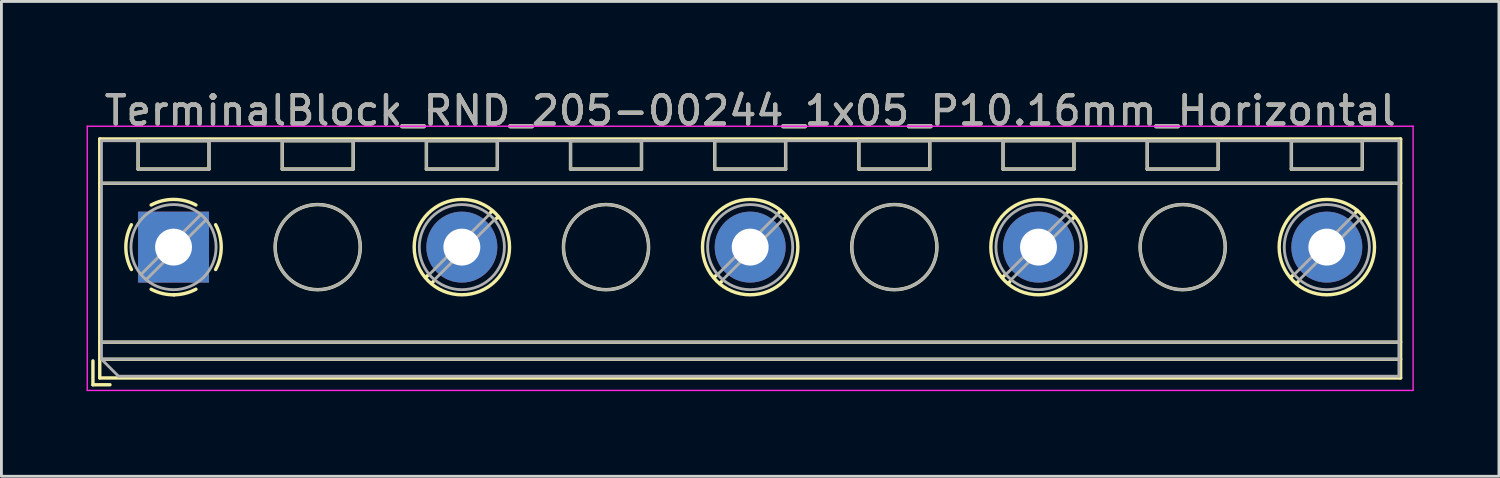
<source format=kicad_pcb>
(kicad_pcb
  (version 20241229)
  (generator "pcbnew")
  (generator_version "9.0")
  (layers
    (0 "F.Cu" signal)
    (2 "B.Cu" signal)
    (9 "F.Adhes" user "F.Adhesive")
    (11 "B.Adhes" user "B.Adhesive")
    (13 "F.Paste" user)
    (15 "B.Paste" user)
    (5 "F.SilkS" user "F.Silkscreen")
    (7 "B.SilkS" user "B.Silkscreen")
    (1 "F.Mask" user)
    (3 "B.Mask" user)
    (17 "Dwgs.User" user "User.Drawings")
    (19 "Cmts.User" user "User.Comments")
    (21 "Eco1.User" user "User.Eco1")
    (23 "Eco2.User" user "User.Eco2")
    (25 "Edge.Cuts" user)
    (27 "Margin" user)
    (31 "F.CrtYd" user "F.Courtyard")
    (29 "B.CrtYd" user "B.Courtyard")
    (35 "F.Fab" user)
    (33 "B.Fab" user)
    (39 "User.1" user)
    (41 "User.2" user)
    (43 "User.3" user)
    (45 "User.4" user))
  (footprint "TerminalBlock_RND_205-00244_1x05_P10.16mm_Horizontal"
    (layer "F.Cu")
    (at 3.065 5.658)
    (property "Reference" "TerminalBlock_RND_205-00244_1x05_P10.16mm_Horizontal" (at 20.32 -4.81 0) (layer "F.SilkS") (effects (font (size 1 1) (thickness 0.15))))
    (attr through_hole)
    (fp_line (start -2.84 4.01) (end -2.84 4.85) (stroke (width 0.12) (type solid)) (layer "F.SilkS"))
    (fp_line (start -2.84 4.85) (end -2.24 4.85) (stroke (width 0.12) (type solid)) (layer "F.SilkS"))
    (fp_line (start -2.6 -3.811) (end -2.6 4.61) (stroke (width 0.12) (type solid)) (layer "F.SilkS"))
    (fp_line (start -2.6 -3.811) (end 43.24 -3.811) (stroke (width 0.12) (type solid)) (layer "F.SilkS"))
    (fp_line (start -2.6 -2.251) (end 43.24 -2.251) (stroke (width 0.12) (type solid)) (layer "F.SilkS"))
    (fp_line (start -2.6 3.35) (end 43.24 3.35) (stroke (width 0.12) (type solid)) (layer "F.SilkS"))
    (fp_line (start -2.6 3.95) (end 43.24 3.95) (stroke (width 0.12) (type solid)) (layer "F.SilkS"))
    (fp_line (start -2.6 4.61) (end 43.24 4.61) (stroke (width 0.12) (type solid)) (layer "F.SilkS"))
    (fp_line (start -1.25 -3.751) (end -1.25 -2.751) (stroke (width 0.12) (type solid)) (layer "F.SilkS"))
    (fp_line (start -1.25 -3.751) (end 1.25 -3.751) (stroke (width 0.12) (type solid)) (layer "F.SilkS"))
    (fp_line (start -1.25 -2.751) (end 1.25 -2.751) (stroke (width 0.12) (type solid)) (layer "F.SilkS"))
    (fp_line (start 1.25 -3.751) (end 1.25 -2.751) (stroke (width 0.12) (type solid)) (layer "F.SilkS"))
    (fp_line (start 3.83 -3.751) (end 3.83 -2.751) (stroke (width 0.12) (type solid)) (layer "F.SilkS"))
    (fp_line (start 3.83 -3.751) (end 6.33 -3.751) (stroke (width 0.12) (type solid)) (layer "F.SilkS"))
    (fp_line (start 3.83 -2.751) (end 6.33 -2.751) (stroke (width 0.12) (type solid)) (layer "F.SilkS"))
    (fp_line (start 6.33 -3.751) (end 6.33 -2.751) (stroke (width 0.12) (type solid)) (layer "F.SilkS"))
    (fp_line (start 8.91 -3.751) (end 8.91 -2.751) (stroke (width 0.12) (type solid)) (layer "F.SilkS"))
    (fp_line (start 8.91 -3.751) (end 11.41 -3.751) (stroke (width 0.12) (type solid)) (layer "F.SilkS"))
    (fp_line (start 8.91 -2.751) (end 11.41 -2.751) (stroke (width 0.12) (type solid)) (layer "F.SilkS"))
    (fp_line (start 8.98 0.976) (end 8.886 1.069) (stroke (width 0.12) (type solid)) (layer "F.SilkS"))
    (fp_line (start 9.15 1.216) (end 9.091 1.274) (stroke (width 0.12) (type solid)) (layer "F.SilkS"))
    (fp_line (start 11.23 -1.275) (end 11.171 -1.216) (stroke (width 0.12) (type solid)) (layer "F.SilkS"))
    (fp_line (start 11.41 -3.751) (end 11.41 -2.751) (stroke (width 0.12) (type solid)) (layer "F.SilkS"))
    (fp_line (start 11.435 -1.069) (end 11.341 -0.976) (stroke (width 0.12) (type solid)) (layer "F.SilkS"))
    (fp_line (start 13.99 -3.751) (end 13.99 -2.751) (stroke (width 0.12) (type solid)) (layer "F.SilkS"))
    (fp_line (start 13.99 -3.751) (end 16.49 -3.751) (stroke (width 0.12) (type solid)) (layer "F.SilkS"))
    (fp_line (start 13.99 -2.751) (end 16.49 -2.751) (stroke (width 0.12) (type solid)) (layer "F.SilkS"))
    (fp_line (start 16.49 -3.751) (end 16.49 -2.751) (stroke (width 0.12) (type solid)) (layer "F.SilkS"))
    (fp_line (start 19.07 -3.751) (end 19.07 -2.751) (stroke (width 0.12) (type solid)) (layer "F.SilkS"))
    (fp_line (start 19.07 -3.751) (end 21.57 -3.751) (stroke (width 0.12) (type solid)) (layer "F.SilkS"))
    (fp_line (start 19.07 -2.751) (end 21.57 -2.751) (stroke (width 0.12) (type solid)) (layer "F.SilkS"))
    (fp_line (start 19.14 0.976) (end 19.046 1.069) (stroke (width 0.12) (type solid)) (layer "F.SilkS"))
    (fp_line (start 19.31 1.216) (end 19.251 1.274) (stroke (width 0.12) (type solid)) (layer "F.SilkS"))
    (fp_line (start 21.39 -1.275) (end 21.331 -1.216) (stroke (width 0.12) (type solid)) (layer "F.SilkS"))
    (fp_line (start 21.57 -3.751) (end 21.57 -2.751) (stroke (width 0.12) (type solid)) (layer "F.SilkS"))
    (fp_line (start 21.595 -1.069) (end 21.501 -0.976) (stroke (width 0.12) (type solid)) (layer "F.SilkS"))
    (fp_line (start 24.15 -3.751) (end 24.15 -2.751) (stroke (width 0.12) (type solid)) (layer "F.SilkS"))
    (fp_line (start 24.15 -3.751) (end 26.65 -3.751) (stroke (width 0.12) (type solid)) (layer "F.SilkS"))
    (fp_line (start 24.15 -2.751) (end 26.65 -2.751) (stroke (width 0.12) (type solid)) (layer "F.SilkS"))
    (fp_line (start 26.65 -3.751) (end 26.65 -2.751) (stroke (width 0.12) (type solid)) (layer "F.SilkS"))
    (fp_line (start 29.23 -3.751) (end 29.23 -2.751) (stroke (width 0.12) (type solid)) (layer "F.SilkS"))
    (fp_line (start 29.23 -3.751) (end 31.73 -3.751) (stroke (width 0.12) (type solid)) (layer "F.SilkS"))
    (fp_line (start 29.23 -2.751) (end 31.73 -2.751) (stroke (width 0.12) (type solid)) (layer "F.SilkS"))
    (fp_line (start 29.3 0.976) (end 29.206 1.069) (stroke (width 0.12) (type solid)) (layer "F.SilkS"))
    (fp_line (start 29.47 1.216) (end 29.411 1.274) (stroke (width 0.12) (type solid)) (layer "F.SilkS"))
    (fp_line (start 31.55 -1.275) (end 31.491 -1.216) (stroke (width 0.12) (type solid)) (layer "F.SilkS"))
    (fp_line (start 31.73 -3.751) (end 31.73 -2.751) (stroke (width 0.12) (type solid)) (layer "F.SilkS"))
    (fp_line (start 31.755 -1.069) (end 31.661 -0.976) (stroke (width 0.12) (type solid)) (layer "F.SilkS"))
    (fp_line (start 34.31 -3.751) (end 34.31 -2.751) (stroke (width 0.12) (type solid)) (layer "F.SilkS"))
    (fp_line (start 34.31 -3.751) (end 36.81 -3.751) (stroke (width 0.12) (type solid)) (layer "F.SilkS"))
    (fp_line (start 34.31 -2.751) (end 36.81 -2.751) (stroke (width 0.12) (type solid)) (layer "F.SilkS"))
    (fp_line (start 36.81 -3.751) (end 36.81 -2.751) (stroke (width 0.12) (type solid)) (layer "F.SilkS"))
    (fp_line (start 39.39 -3.751) (end 39.39 -2.751) (stroke (width 0.12) (type solid)) (layer "F.SilkS"))
    (fp_line (start 39.39 -3.751) (end 41.89 -3.751) (stroke (width 0.12) (type solid)) (layer "F.SilkS"))
    (fp_line (start 39.39 -2.751) (end 41.89 -2.751) (stroke (width 0.12) (type solid)) (layer "F.SilkS"))
    (fp_line (start 39.46 0.976) (end 39.366 1.069) (stroke (width 0.12) (type solid)) (layer "F.SilkS"))
    (fp_line (start 39.63 1.216) (end 39.571 1.274) (stroke (width 0.12) (type solid)) (layer "F.SilkS"))
    (fp_line (start 41.71 -1.275) (end 41.651 -1.216) (stroke (width 0.12) (type solid)) (layer "F.SilkS"))
    (fp_line (start 41.89 -3.751) (end 41.89 -2.751) (stroke (width 0.12) (type solid)) (layer "F.SilkS"))
    (fp_line (start 41.915 -1.069) (end 41.821 -0.976) (stroke (width 0.12) (type solid)) (layer "F.SilkS"))
    (fp_line (start 43.24 -3.811) (end 43.24 4.61) (stroke (width 0.12) (type solid)) (layer "F.SilkS"))
    (fp_arc (start -1.483953 0.789089) (mid -1.680708 0.00005) (end -1.484 -0.789) (stroke (width 0.12) (type solid)) (layer "F.SilkS"))
    (fp_arc (start -0.789089 -1.483953) (mid -0.00005 -1.680708) (end 0.789 -1.484) (stroke (width 0.12) (type solid)) (layer "F.SilkS"))
    (fp_arc (start 0.029383 1.68045) (mid -0.392304 1.634281) (end -0.789 1.484) (stroke (width 0.12) (type solid)) (layer "F.SilkS"))
    (fp_arc (start 0.788712 1.483352) (mid 0.406429 1.630097) (end 0 1.68) (stroke (width 0.12) (type solid)) (layer "F.SilkS"))
    (fp_arc (start 1.483953 -0.789089) (mid 1.680708 -0.00005) (end 1.484 0.789) (stroke (width 0.12) (type solid)) (layer "F.SilkS"))
    (fp_circle (center 5.08 0) (end 6.58 0) (stroke (width 0.12) (type solid)) (fill no) (layer "F.SilkS"))
    (fp_circle (center 10.16 0) (end 11.84 0) (stroke (width 0.12) (type solid)) (fill no) (layer "F.SilkS"))
    (fp_circle (center 15.24 0) (end 16.74 0) (stroke (width 0.12) (type solid)) (fill no) (layer "F.SilkS"))
    (fp_circle (center 20.32 0) (end 22 0) (stroke (width 0.12) (type solid)) (fill no) (layer "F.SilkS"))
    (fp_circle (center 25.4 0) (end 26.9 0) (stroke (width 0.12) (type solid)) (fill no) (layer "F.SilkS"))
    (fp_circle (center 30.48 0) (end 32.16 0) (stroke (width 0.12) (type solid)) (fill no) (layer "F.SilkS"))
    (fp_circle (center 35.56 0) (end 37.06 0) (stroke (width 0.12) (type solid)) (fill no) (layer "F.SilkS"))
    (fp_circle (center 40.64 0) (end 42.32 0) (stroke (width 0.12) (type solid)) (fill no) (layer "F.SilkS"))
    (fp_line (start -3.04 -4.26) (end -3.04 5.05) (stroke (width 0.05) (type solid)) (layer "F.CrtYd"))
    (fp_line (start -3.04 5.05) (end 43.68 5.05) (stroke (width 0.05) (type solid)) (layer "F.CrtYd"))
    (fp_line (start 43.68 -4.26) (end -3.04 -4.26) (stroke (width 0.05) (type solid)) (layer "F.CrtYd"))
    (fp_line (start 43.68 5.05) (end 43.68 -4.26) (stroke (width 0.05) (type solid)) (layer "F.CrtYd"))
    (fp_line (start -2.54 -3.75) (end 43.18 -3.75) (stroke (width 0.1) (type solid)) (layer "F.Fab"))
    (fp_line (start -2.54 -2.25) (end 43.18 -2.25) (stroke (width 0.1) (type solid)) (layer "F.Fab"))
    (fp_line (start -2.54 3.35) (end 43.18 3.35) (stroke (width 0.1) (type solid)) (layer "F.Fab"))
    (fp_line (start -2.54 3.95) (end -2.54 -3.75) (stroke (width 0.1) (type solid)) (layer "F.Fab"))
    (fp_line (start -2.54 3.95) (end 43.18 3.95) (stroke (width 0.1) (type solid)) (layer "F.Fab"))
    (fp_line (start -1.94 4.55) (end -2.54 3.95) (stroke (width 0.1) (type solid)) (layer "F.Fab"))
    (fp_line (start -1.25 -3.75) (end -1.25 -2.75) (stroke (width 0.1) (type solid)) (layer "F.Fab"))
    (fp_line (start -1.25 -2.75) (end 1.25 -2.75) (stroke (width 0.1) (type solid)) (layer "F.Fab"))
    (fp_line (start 0.955 -1.138) (end -1.138 0.955) (stroke (width 0.1) (type solid)) (layer "F.Fab"))
    (fp_line (start 1.138 -0.955) (end -0.955 1.138) (stroke (width 0.1) (type solid)) (layer "F.Fab"))
    (fp_line (start 1.25 -3.75) (end -1.25 -3.75) (stroke (width 0.1) (type solid)) (layer "F.Fab"))
    (fp_line (start 1.25 -2.75) (end 1.25 -3.75) (stroke (width 0.1) (type solid)) (layer "F.Fab"))
    (fp_line (start 3.83 -3.75) (end 3.83 -2.75) (stroke (width 0.1) (type solid)) (layer "F.Fab"))
    (fp_line (start 3.83 -2.75) (end 6.33 -2.75) (stroke (width 0.1) (type solid)) (layer "F.Fab"))
    (fp_line (start 6.33 -3.75) (end 3.83 -3.75) (stroke (width 0.1) (type solid)) (layer "F.Fab"))
    (fp_line (start 6.33 -2.75) (end 6.33 -3.75) (stroke (width 0.1) (type solid)) (layer "F.Fab"))
    (fp_line (start 8.91 -3.75) (end 8.91 -2.75) (stroke (width 0.1) (type solid)) (layer "F.Fab"))
    (fp_line (start 8.91 -2.75) (end 11.41 -2.75) (stroke (width 0.1) (type solid)) (layer "F.Fab"))
    (fp_line (start 11.115 -1.138) (end 9.023 0.955) (stroke (width 0.1) (type solid)) (layer "F.Fab"))
    (fp_line (start 11.298 -0.955) (end 9.206 1.138) (stroke (width 0.1) (type solid)) (layer "F.Fab"))
    (fp_line (start 11.41 -3.75) (end 8.91 -3.75) (stroke (width 0.1) (type solid)) (layer "F.Fab"))
    (fp_line (start 11.41 -2.75) (end 11.41 -3.75) (stroke (width 0.1) (type solid)) (layer "F.Fab"))
    (fp_line (start 13.99 -3.75) (end 13.99 -2.75) (stroke (width 0.1) (type solid)) (layer "F.Fab"))
    (fp_line (start 13.99 -2.75) (end 16.49 -2.75) (stroke (width 0.1) (type solid)) (layer "F.Fab"))
    (fp_line (start 16.49 -3.75) (end 13.99 -3.75) (stroke (width 0.1) (type solid)) (layer "F.Fab"))
    (fp_line (start 16.49 -2.75) (end 16.49 -3.75) (stroke (width 0.1) (type solid)) (layer "F.Fab"))
    (fp_line (start 19.07 -3.75) (end 19.07 -2.75) (stroke (width 0.1) (type solid)) (layer "F.Fab"))
    (fp_line (start 19.07 -2.75) (end 21.57 -2.75) (stroke (width 0.1) (type solid)) (layer "F.Fab"))
    (fp_line (start 21.275 -1.138) (end 19.183 0.955) (stroke (width 0.1) (type solid)) (layer "F.Fab"))
    (fp_line (start 21.458 -0.955) (end 19.366 1.138) (stroke (width 0.1) (type solid)) (layer "F.Fab"))
    (fp_line (start 21.57 -3.75) (end 19.07 -3.75) (stroke (width 0.1) (type solid)) (layer "F.Fab"))
    (fp_line (start 21.57 -2.75) (end 21.57 -3.75) (stroke (width 0.1) (type solid)) (layer "F.Fab"))
    (fp_line (start 24.15 -3.75) (end 24.15 -2.75) (stroke (width 0.1) (type solid)) (layer "F.Fab"))
    (fp_line (start 24.15 -2.75) (end 26.65 -2.75) (stroke (width 0.1) (type solid)) (layer "F.Fab"))
    (fp_line (start 26.65 -3.75) (end 24.15 -3.75) (stroke (width 0.1) (type solid)) (layer "F.Fab"))
    (fp_line (start 26.65 -2.75) (end 26.65 -3.75) (stroke (width 0.1) (type solid)) (layer "F.Fab"))
    (fp_line (start 29.23 -3.75) (end 29.23 -2.75) (stroke (width 0.1) (type solid)) (layer "F.Fab"))
    (fp_line (start 29.23 -2.75) (end 31.73 -2.75) (stroke (width 0.1) (type solid)) (layer "F.Fab"))
    (fp_line (start 31.435 -1.138) (end 29.343 0.955) (stroke (width 0.1) (type solid)) (layer "F.Fab"))
    (fp_line (start 31.618 -0.955) (end 29.526 1.138) (stroke (width 0.1) (type solid)) (layer "F.Fab"))
    (fp_line (start 31.73 -3.75) (end 29.23 -3.75) (stroke (width 0.1) (type solid)) (layer "F.Fab"))
    (fp_line (start 31.73 -2.75) (end 31.73 -3.75) (stroke (width 0.1) (type solid)) (layer "F.Fab"))
    (fp_line (start 34.31 -3.75) (end 34.31 -2.75) (stroke (width 0.1) (type solid)) (layer "F.Fab"))
    (fp_line (start 34.31 -2.75) (end 36.81 -2.75) (stroke (width 0.1) (type solid)) (layer "F.Fab"))
    (fp_line (start 36.81 -3.75) (end 34.31 -3.75) (stroke (width 0.1) (type solid)) (layer "F.Fab"))
    (fp_line (start 36.81 -2.75) (end 36.81 -3.75) (stroke (width 0.1) (type solid)) (layer "F.Fab"))
    (fp_line (start 39.39 -3.75) (end 39.39 -2.75) (stroke (width 0.1) (type solid)) (layer "F.Fab"))
    (fp_line (start 39.39 -2.75) (end 41.89 -2.75) (stroke (width 0.1) (type solid)) (layer "F.Fab"))
    (fp_line (start 41.595 -1.138) (end 39.503 0.955) (stroke (width 0.1) (type solid)) (layer "F.Fab"))
    (fp_line (start 41.778 -0.955) (end 39.686 1.138) (stroke (width 0.1) (type solid)) (layer "F.Fab"))
    (fp_line (start 41.89 -3.75) (end 39.39 -3.75) (stroke (width 0.1) (type solid)) (layer "F.Fab"))
    (fp_line (start 41.89 -2.75) (end 41.89 -3.75) (stroke (width 0.1) (type solid)) (layer "F.Fab"))
    (fp_line (start 43.18 -3.75) (end 43.18 4.55) (stroke (width 0.1) (type solid)) (layer "F.Fab"))
    (fp_line (start 43.18 4.55) (end -1.94 4.55) (stroke (width 0.1) (type solid)) (layer "F.Fab"))
    (fp_circle (center 0 0) (end 1.5 0) (stroke (width 0.1) (type solid)) (fill no) (layer "F.Fab"))
    (fp_circle (center 5.08 0) (end 6.58 0) (stroke (width 0.1) (type solid)) (fill no) (layer "F.Fab"))
    (fp_circle (center 10.16 0) (end 11.66 0) (stroke (width 0.1) (type solid)) (fill no) (layer "F.Fab"))
    (fp_circle (center 15.24 0) (end 16.74 0) (stroke (width 0.1) (type solid)) (fill no) (layer "F.Fab"))
    (fp_circle (center 20.32 0) (end 21.82 0) (stroke (width 0.1) (type solid)) (fill no) (layer "F.Fab"))
    (fp_circle (center 25.4 0) (end 26.9 0) (stroke (width 0.1) (type solid)) (fill no) (layer "F.Fab"))
    (fp_circle (center 30.48 0) (end 31.98 0) (stroke (width 0.1) (type solid)) (fill no) (layer "F.Fab"))
    (fp_circle (center 35.56 0) (end 37.06 0) (stroke (width 0.1) (type solid)) (fill no) (layer "F.Fab"))
    (fp_circle (center 40.64 0) (end 42.14 0) (stroke (width 0.1) (type solid)) (fill no) (layer "F.Fab"))
    (fp_text user "${REFERENCE}" (at 20.32 -4.81 0) (layer "F.Fab") (effects (font (size 1 1) (thickness 0.15))))
    (pad "1" thru_hole rect (at 0 0) (size 2.5 2.5) (drill 1.3) (layers "*.Cu" "*.Mask"))
    (pad "2" thru_hole circle (at 10.16 0) (size 2.5 2.5) (drill 1.3) (layers "*.Cu" "*.Mask"))
    (pad "3" thru_hole circle (at 20.32 0) (size 2.5 2.5) (drill 1.3) (layers "*.Cu" "*.Mask"))
    (pad "4" thru_hole circle (at 30.48 0) (size 2.5 2.5) (drill 1.3) (layers "*.Cu" "*.Mask"))
    (pad "5" thru_hole circle (at 40.64 0) (size 2.5 2.5) (drill 1.3) (layers "*.Cu" "*.Mask")))
  (gr_rect
    (start -3 -3)
    (end 49.77 13.733)
    (stroke (width 0.1) (type default))
    (fill no)
    (layer "Edge.Cuts")))
</source>
